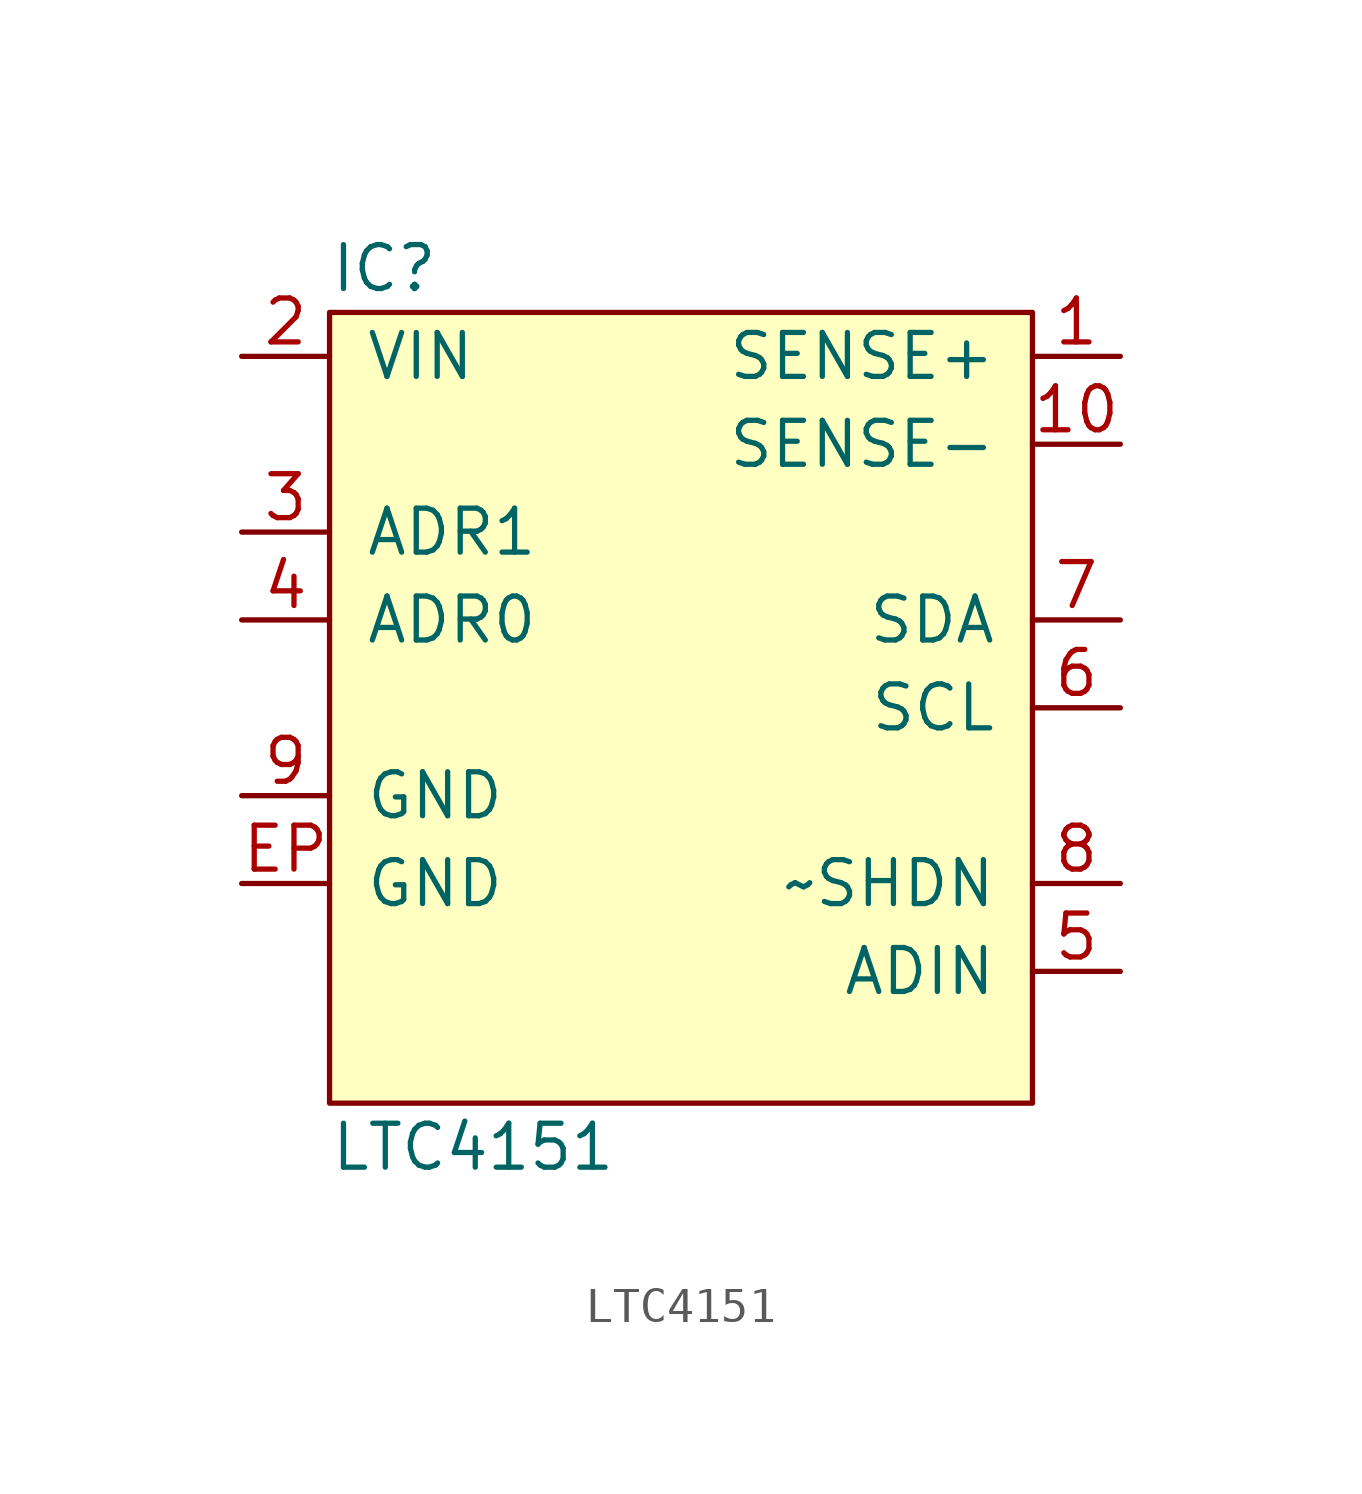
<source format=kicad_sym>
(kicad_symbol_lib
  (version 20211014)
  (generator agg_kicad.build_lib_ic)
  (symbol "LTC4151"
    (pin_names
      (offset 1.016))
    (property Reference IC
      (at -10.16 12.7 0)
      (effects (font (size 1.27 1.27)) (justify left)))
    (property Value "LTC4151"
      (at -10.16 -12.7 0)
      (effects (font (size 1.27 1.27)) (justify left)))
    (symbol "LTC4151_0_0"
      (rectangle (start -10.16 11.43) (end 10.16 -11.43) (stroke (width 0) (type default) (color 0 0 0 0)) (fill (type background)))
      (pin power_in line (at -12.7 10.16 0) (length 2.54) (name VIN (effects (font (size 1.27 1.27)))) (number "2" (effects (font (size 1.27 1.27)))))
      (pin input line (at -12.7 5.08 0) (length 2.54) (name "ADR1" (effects (font (size 1.27 1.27)))) (number "3" (effects (font (size 1.27 1.27)))))
      (pin input line (at -12.7 2.54 0) (length 2.54) (name "ADR0" (effects (font (size 1.27 1.27)))) (number "4" (effects (font (size 1.27 1.27)))))
      (pin power_in line (at -12.7 -2.54 0) (length 2.54) (name GND (effects (font (size 1.27 1.27)))) (number "9" (effects (font (size 1.27 1.27)))))
      (pin power_in line (at -12.7 -5.08 0) (length 2.54) (name GND (effects (font (size 1.27 1.27)))) (number EP (effects (font (size 1.27 1.27)))))
      (pin input line (at 12.7 10.16 180) (length 2.54) (name "SENSE+" (effects (font (size 1.27 1.27)))) (number "1" (effects (font (size 1.27 1.27)))))
      (pin input line (at 12.7 7.62 180) (length 2.54) (name "SENSE-" (effects (font (size 1.27 1.27)))) (number "10" (effects (font (size 1.27 1.27)))))
      (pin open_collector line (at 12.7 2.54 180) (length 2.54) (name SDA (effects (font (size 1.27 1.27)))) (number "7" (effects (font (size 1.27 1.27)))))
      (pin open_collector line (at 12.7 0 180) (length 2.54) (name SCL (effects (font (size 1.27 1.27)))) (number "6" (effects (font (size 1.27 1.27)))))
      (pin input line (at 12.7 -5.08 180) (length 2.54) (name "~SHDN" (effects (font (size 1.27 1.27)))) (number "8" (effects (font (size 1.27 1.27)))))
      (pin input line (at 12.7 -7.62 180) (length 2.54) (name ADIN (effects (font (size 1.27 1.27)))) (number "5" (effects (font (size 1.27 1.27))))))))
</source>
